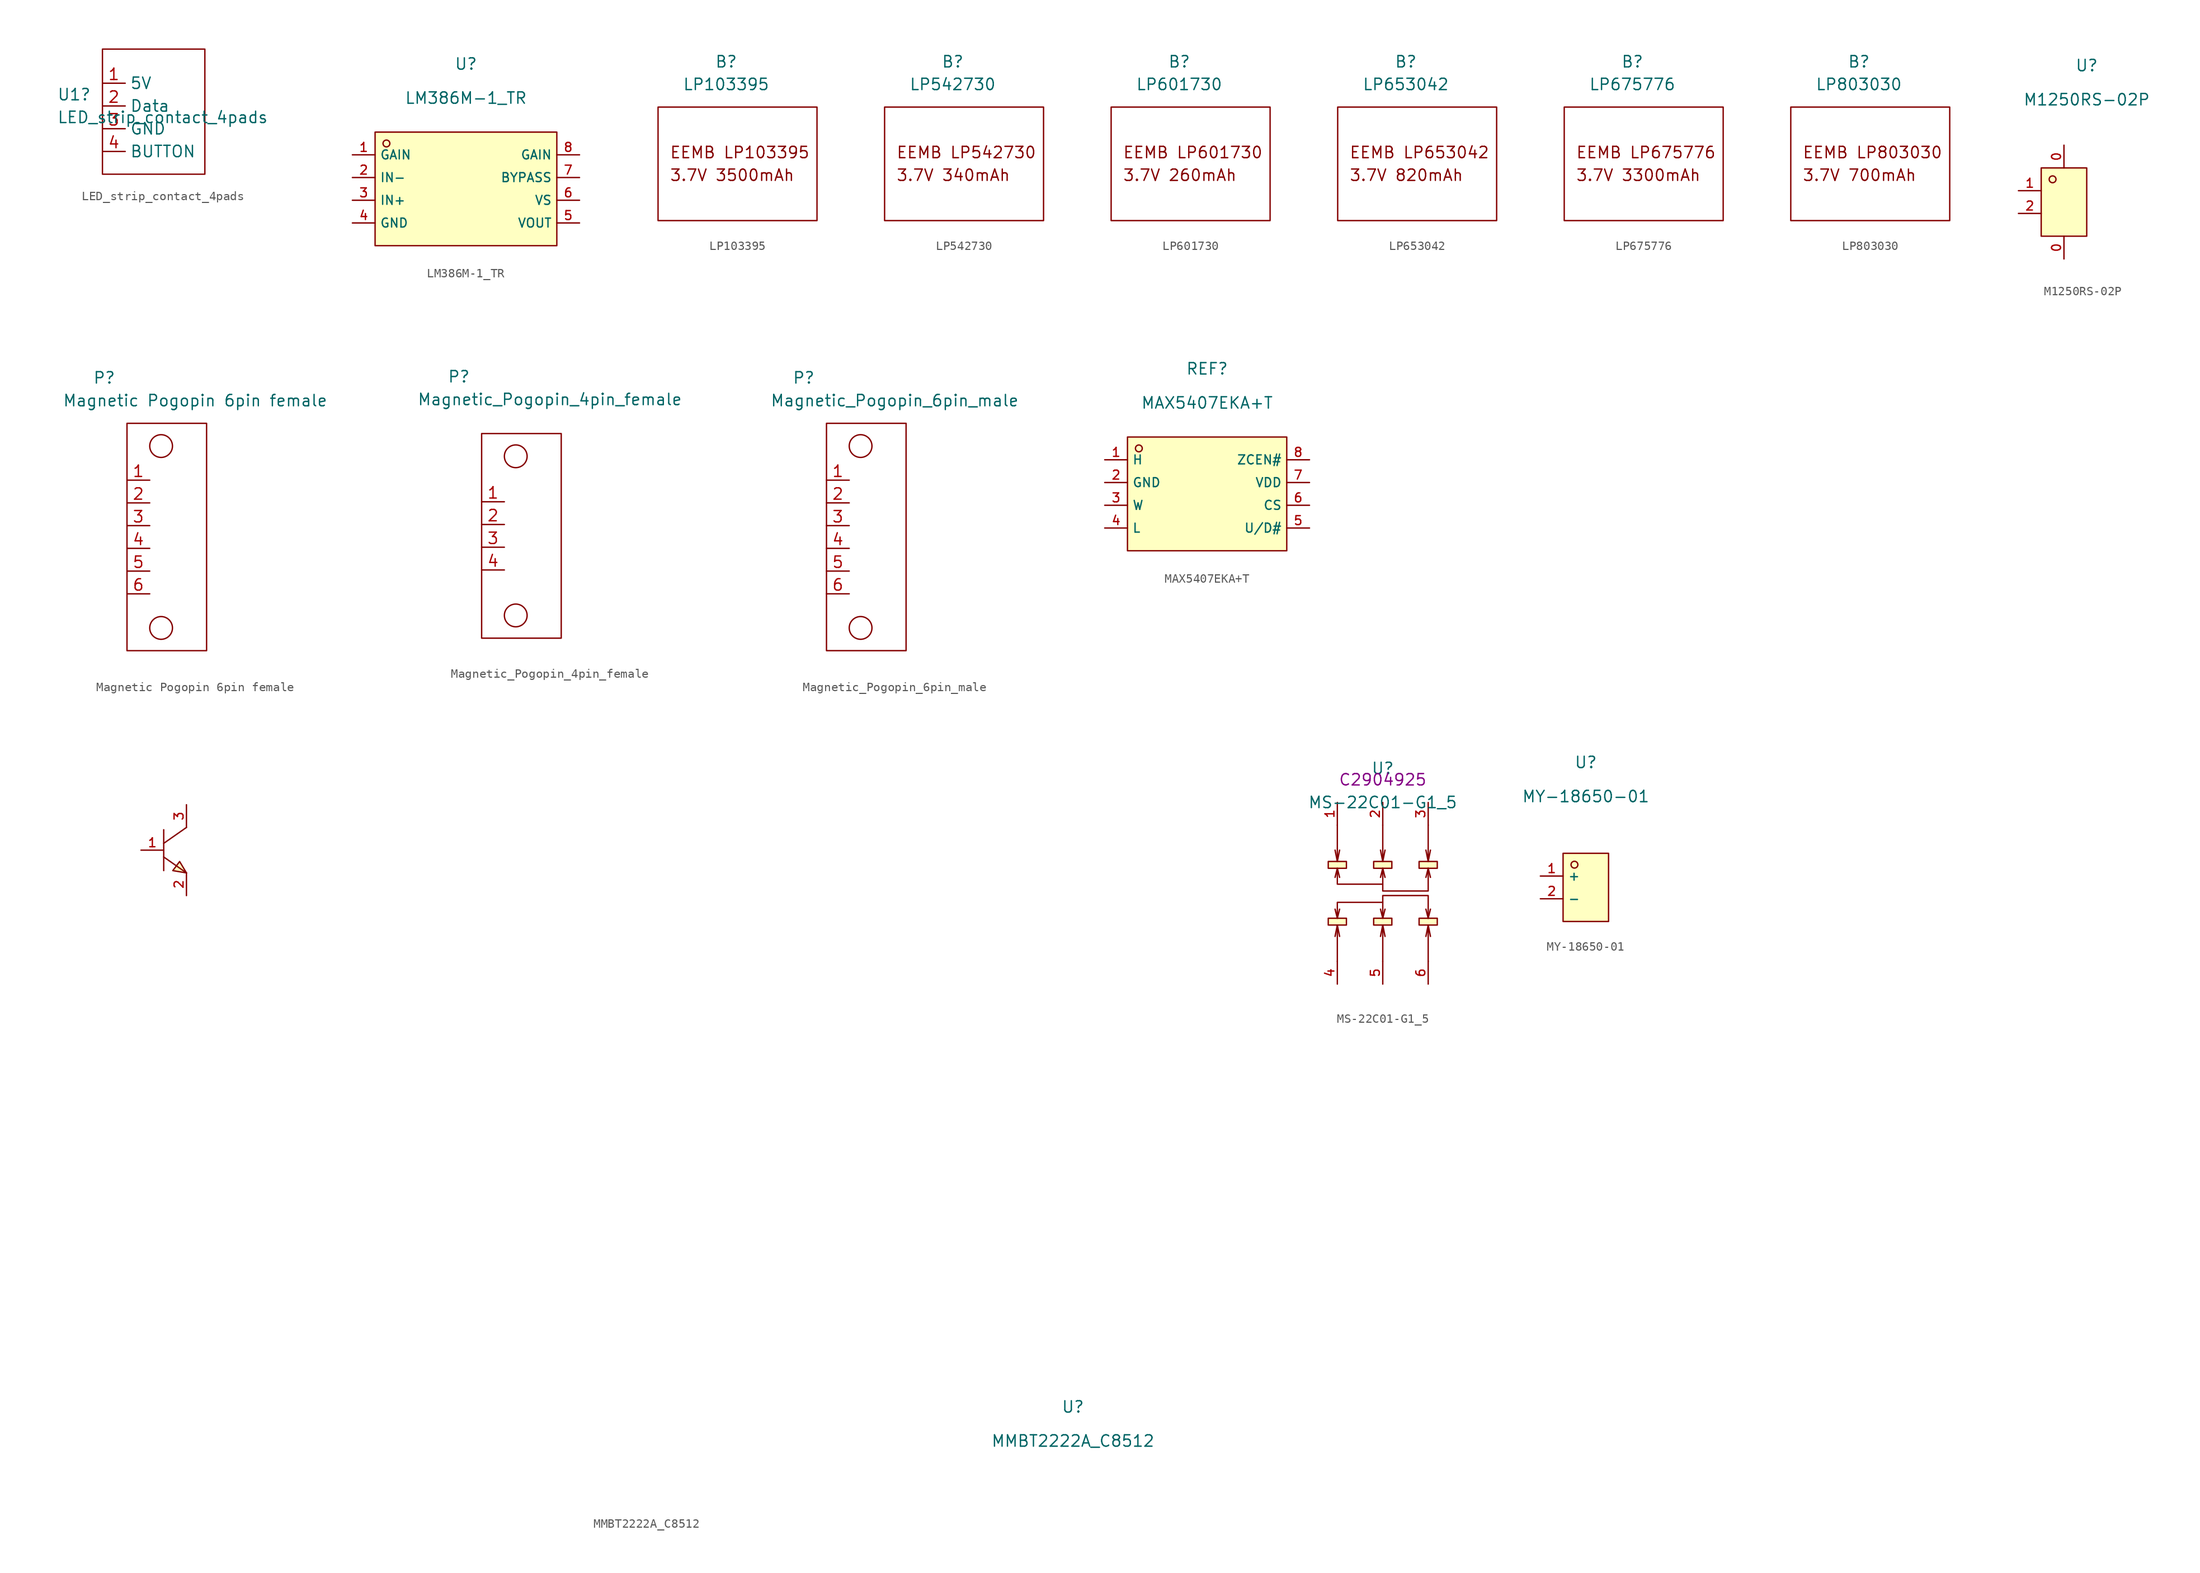
<source format=kicad_sym>
(kicad_symbol_lib
  (version 20220914)
  (generator kicad_symbol_editor)
  (symbol "LED_strip_contact_4pads"
    (property "Reference" "U1"
      (at -8.89 -1.27 0)
      (effects (font (size 1.27 1.27)) (justify left)))
    (property "Value" "LED_strip_contact_4pads"
      (at -8.89 -3.81 0)
      (effects (font (size 1.27 1.27)) (justify left)))
    (symbol "LED_strip_contact_4pads_0_1"
      (rectangle (start -3.81 3.81) (end 7.62 -10.16) (stroke (width 0.152) (type default)) (fill (type none))))
    (symbol "LED_strip_contact_4pads_1_1"
      (pin bidirectional line (at -3.81 0 0) (length 2.54) (name "5V" (effects (font (size 1.27 1.27)))) (number "1" (effects (font (size 1.27 1.27)))))
      (pin bidirectional line (at -3.81 -2.54 0) (length 2.54) (name "Data" (effects (font (size 1.27 1.27)))) (number "2" (effects (font (size 1.27 1.27)))))
      (pin bidirectional line (at -3.81 -5.08 0) (length 2.54) (name "GND" (effects (font (size 1.27 1.27)))) (number "3" (effects (font (size 1.27 1.27)))))
      (pin bidirectional line (at -3.81 -7.62 0) (length 2.54) (name "BUTTON" (effects (font (size 1.27 1.27)))) (number "4" (effects (font (size 1.27 1.27)))))))
  (symbol "LM386M-1_TR"
    (property "Reference" "U"
      (at 0 1.27 0)
      (effects (font (size 1.27 1.27))))
    (property "Value" "LM386M-1_TR"
      (at 0 -2.54 0)
      (effects (font (size 1.27 1.27))))
    (symbol "LM386M-1_TR_0_0"
      (rectangle (start -10.16 -6.35) (end 10.16 -19.05) (stroke (width 0) (type default)) (fill (type background)))
      (circle (center -8.89 -7.62) (radius 0.381) (stroke (width 0) (type default)) (fill (type background)))
      (pin unspecified line (at -12.7 -8.89 0) (length 2.54) (name "GAIN" (effects (font (size 1 1)))) (number "1" (effects (font (size 1 1)))))
      (pin unspecified line (at -12.7 -11.43 0) (length 2.54) (name "IN-" (effects (font (size 1 1)))) (number "2" (effects (font (size 1 1)))))
      (pin unspecified line (at -12.7 -13.97 0) (length 2.54) (name "IN+" (effects (font (size 1 1)))) (number "3" (effects (font (size 1 1)))))
      (pin unspecified line (at -12.7 -16.51 0) (length 2.54) (name "GND" (effects (font (size 1 1)))) (number "4" (effects (font (size 1 1)))))
      (pin unspecified line (at 12.7 -16.51 180) (length 2.54) (name "VOUT" (effects (font (size 1 1)))) (number "5" (effects (font (size 1 1)))))
      (pin unspecified line (at 12.7 -13.97 180) (length 2.54) (name "VS" (effects (font (size 1 1)))) (number "6" (effects (font (size 1 1)))))
      (pin unspecified line (at 12.7 -11.43 180) (length 2.54) (name "BYPASS" (effects (font (size 1 1)))) (number "7" (effects (font (size 1 1)))))
      (pin unspecified line (at 12.7 -8.89 180) (length 2.54) (name "GAIN" (effects (font (size 1 1)))) (number "8" (effects (font (size 1 1)))))))
  (symbol "LP103395"
    (property "Reference" "B"
      (at 0 2.54 0)
      (effects (font (size 1.27 1.27))))
    (property "Value" "LP103395"
      (at 0 0 0)
      (effects (font (size 1.27 1.27))))
    (symbol "LP103395_0_0"
      (text "3.7V 3500mAh" (at -6.35 -10.16 0) (effects (font (size 1.27 1.27)) (justify left)))
      (text "EEMB LP103395" (at -6.35 -7.62 0) (effects (font (size 1.27 1.27)) (justify left))))
    (symbol "LP103395_0_1"
      (rectangle (start -7.62 -2.54) (end 10.16 -15.24) (stroke (width 0) (type default)) (fill (type none)))))
  (symbol "LP542730"
    (property "Reference" "B"
      (at 0 2.54 0)
      (effects (font (size 1.27 1.27))))
    (property "Value" "LP542730"
      (at 0 0 0)
      (effects (font (size 1.27 1.27))))
    (symbol "LP542730_0_0"
      (text "3.7V 340mAh" (at -6.35 -10.16 0) (effects (font (size 1.27 1.27)) (justify left)))
      (text "EEMB LP542730" (at -6.35 -7.62 0) (effects (font (size 1.27 1.27)) (justify left))))
    (symbol "LP542730_0_1"
      (rectangle (start -7.62 -2.54) (end 10.16 -15.24) (stroke (width 0) (type default)) (fill (type none)))))
  (symbol "LP601730"
    (property "Reference" "B"
      (at 0 2.54 0)
      (effects (font (size 1.27 1.27))))
    (property "Value" "LP601730"
      (at 0 0 0)
      (effects (font (size 1.27 1.27))))
    (symbol "LP601730_0_0"
      (text "3.7V 260mAh" (at -6.35 -10.16 0) (effects (font (size 1.27 1.27)) (justify left)))
      (text "EEMB LP601730" (at -6.35 -7.62 0) (effects (font (size 1.27 1.27)) (justify left))))
    (symbol "LP601730_0_1"
      (rectangle (start -7.62 -2.54) (end 10.16 -15.24) (stroke (width 0) (type default)) (fill (type none)))))
  (symbol "LP653042"
    (property "Reference" "B"
      (at 0 2.54 0)
      (effects (font (size 1.27 1.27))))
    (property "Value" "LP653042"
      (at 0 0 0)
      (effects (font (size 1.27 1.27))))
    (symbol "LP653042_0_0"
      (text "3.7V 820mAh" (at -6.35 -10.16 0) (effects (font (size 1.27 1.27)) (justify left)))
      (text "EEMB LP653042" (at -6.35 -7.62 0) (effects (font (size 1.27 1.27)) (justify left))))
    (symbol "LP653042_0_1"
      (rectangle (start -7.62 -2.54) (end 10.16 -15.24) (stroke (width 0) (type default)) (fill (type none)))))
  (symbol "LP675776"
    (property "Reference" "B"
      (at 0 2.54 0)
      (effects (font (size 1.27 1.27))))
    (property "Value" "LP675776"
      (at 0 0 0)
      (effects (font (size 1.27 1.27))))
    (symbol "LP675776_0_0"
      (text "3.7V 3300mAh" (at -6.35 -10.16 0) (effects (font (size 1.27 1.27)) (justify left)))
      (text "EEMB LP675776" (at -6.35 -7.62 0) (effects (font (size 1.27 1.27)) (justify left))))
    (symbol "LP675776_0_1"
      (rectangle (start -7.62 -2.54) (end 10.16 -15.24) (stroke (width 0) (type default)) (fill (type none)))))
  (symbol "LP803030"
    (property "Reference" "B"
      (at 0 2.54 0)
      (effects (font (size 1.27 1.27))))
    (property "Value" "LP803030"
      (at 0 0 0)
      (effects (font (size 1.27 1.27))))
    (symbol "LP803030_0_0"
      (text "3.7V 700mAh" (at -6.35 -10.16 0) (effects (font (size 1.27 1.27)) (justify left)))
      (text "EEMB LP803030" (at -6.35 -7.62 0) (effects (font (size 1.27 1.27)) (justify left))))
    (symbol "LP803030_0_1"
      (rectangle (start -7.62 -2.54) (end 10.16 -15.24) (stroke (width 0) (type default)) (fill (type none)))))
  (symbol "M1250RS-02P"
    (pin_names hide)
    (property "Reference" "U"
      (at 0 1.27 0)
      (effects (font (size 1.27 1.27))))
    (property "Value" "M1250RS-02P"
      (at 0 -2.54 0)
      (effects (font (size 1.27 1.27))))
    (symbol "M1250RS-02P_0_0"
      (rectangle (start -5.08 -10.16) (end 0 -17.78) (stroke (width 0) (type default)) (fill (type background)))
      (circle (center -3.81 -11.43) (radius 0.381) (stroke (width 0) (type default)) (fill (type background)))
      (pin unspecified line (at -2.54 -20.32 90) (length 2.54) (name "0" (effects (font (size 1 1)))) (number "0" (effects (font (size 1 1)))))
      (pin unspecified line (at -2.54 -7.62 270) (length 2.54) (name "0" (effects (font (size 1 1)))) (number "0" (effects (font (size 1 1)))))
      (pin unspecified line (at -7.62 -12.7 0) (length 2.54) (name "1" (effects (font (size 1 1)))) (number "1" (effects (font (size 1 1)))))
      (pin unspecified line (at -7.62 -15.24 0) (length 2.54) (name "2" (effects (font (size 1 1)))) (number "2" (effects (font (size 1 1)))))))
  (symbol "Magnetic Pogopin 6pin female"
    (property "Reference" "P"
      (at -5.08 3.81 0)
      (effects (font (size 1.27 1.27))))
    (property "Value" "Magnetic Pogopin 6pin female"
      (at 5.08 1.27 0)
      (effects (font (size 1.27 1.27))))
    (symbol "Magnetic Pogopin 6pin female_0_1"
      (rectangle (start -2.54 -1.27) (end 6.35 -26.67) (stroke (width 0) (type default)) (fill (type none)))
      (circle (center 1.27 -24.13) (radius 1.27) (stroke (width 0) (type default)) (fill (type none)))
      (circle (center 1.27 -3.81) (radius 1.27) (stroke (width 0) (type default)) (fill (type none))))
    (symbol "Magnetic Pogopin 6pin female_1_1"
      (pin bidirectional line (at -2.54 -7.62 0) (length 2.54) (name "" (effects (font (size 1.27 1.27)))) (number "1" (effects (font (size 1.27 1.27)))))
      (pin bidirectional line (at -2.54 -10.16 0) (length 2.54) (name "" (effects (font (size 1.27 1.27)))) (number "2" (effects (font (size 1.27 1.27)))))
      (pin bidirectional line (at -2.54 -12.7 0) (length 2.54) (name "" (effects (font (size 1.27 1.27)))) (number "3" (effects (font (size 1.27 1.27)))))
      (pin bidirectional line (at -2.54 -15.24 0) (length 2.54) (name "" (effects (font (size 1.27 1.27)))) (number "4" (effects (font (size 1.27 1.27)))))
      (pin bidirectional line (at -2.54 -17.78 0) (length 2.54) (name "" (effects (font (size 1.27 1.27)))) (number "5" (effects (font (size 1.27 1.27)))))
      (pin bidirectional line (at -2.54 -20.32 0) (length 2.54) (name "" (effects (font (size 1.27 1.27)))) (number "6" (effects (font (size 1.27 1.27)))))))
  (symbol "Magnetic_Pogopin_4pin_female"
    (property "Reference" "P"
      (at -5.08 3.81 0)
      (effects (font (size 1.27 1.27))))
    (property "Value" "Magnetic_Pogopin_4pin_female"
      (at 5.08 1.27 0)
      (effects (font (size 1.27 1.27))))
    (symbol "Magnetic_Pogopin_4pin_female_0_1"
      (rectangle (start -2.54 -2.54) (end 6.35 -25.4) (stroke (width 0) (type default)) (fill (type none)))
      (circle (center 1.27 -22.86) (radius 1.27) (stroke (width 0) (type default)) (fill (type none)))
      (circle (center 1.27 -5.08) (radius 1.27) (stroke (width 0) (type default)) (fill (type none))))
    (symbol "Magnetic_Pogopin_4pin_female_1_1"
      (pin bidirectional line (at -2.54 -10.16 0) (length 2.54) (name "" (effects (font (size 1.27 1.27)))) (number "1" (effects (font (size 1.27 1.27)))))
      (pin bidirectional line (at -2.54 -12.7 0) (length 2.54) (name "" (effects (font (size 1.27 1.27)))) (number "2" (effects (font (size 1.27 1.27)))))
      (pin bidirectional line (at -2.54 -15.24 0) (length 2.54) (name "" (effects (font (size 1.27 1.27)))) (number "3" (effects (font (size 1.27 1.27)))))
      (pin bidirectional line (at -2.54 -17.78 0) (length 2.54) (name "" (effects (font (size 1.27 1.27)))) (number "4" (effects (font (size 1.27 1.27)))))))
  (symbol "Magnetic_Pogopin_6pin_male"
    (property "Reference" "P"
      (at -5.08 3.81 0)
      (effects (font (size 1.27 1.27))))
    (property "Value" "Magnetic_Pogopin_6pin_male"
      (at 5.08 1.27 0)
      (effects (font (size 1.27 1.27))))
    (symbol "Magnetic_Pogopin_6pin_male_0_1"
      (rectangle (start -2.54 -1.27) (end 6.35 -26.67) (stroke (width 0) (type default)) (fill (type none)))
      (circle (center 1.27 -24.13) (radius 1.27) (stroke (width 0) (type default)) (fill (type none)))
      (circle (center 1.27 -3.81) (radius 1.27) (stroke (width 0) (type default)) (fill (type none))))
    (symbol "Magnetic_Pogopin_6pin_male_1_1"
      (pin bidirectional line (at -2.54 -7.62 0) (length 2.54) (name "" (effects (font (size 1.27 1.27)))) (number "1" (effects (font (size 1.27 1.27)))))
      (pin bidirectional line (at -2.54 -10.16 0) (length 2.54) (name "" (effects (font (size 1.27 1.27)))) (number "2" (effects (font (size 1.27 1.27)))))
      (pin bidirectional line (at -2.54 -12.7 0) (length 2.54) (name "" (effects (font (size 1.27 1.27)))) (number "3" (effects (font (size 1.27 1.27)))))
      (pin bidirectional line (at -2.54 -15.24 0) (length 2.54) (name "" (effects (font (size 1.27 1.27)))) (number "4" (effects (font (size 1.27 1.27)))))
      (pin bidirectional line (at -2.54 -17.78 0) (length 2.54) (name "" (effects (font (size 1.27 1.27)))) (number "5" (effects (font (size 1.27 1.27)))))
      (pin bidirectional line (at -2.54 -20.32 0) (length 2.54) (name "" (effects (font (size 1.27 1.27)))) (number "6" (effects (font (size 1.27 1.27)))))))
  (symbol "MAX5407EKA+T"
    (property "Reference" "REF"
      (at 0 1.27 0)
      (effects (font (size 1.27 1.27))))
    (property "Value" "MAX5407EKA+T"
      (at 0 -2.54 0)
      (effects (font (size 1.27 1.27))))
    (symbol "MAX5407EKA+T_0_0"
      (rectangle (start -8.89 -6.35) (end 8.89 -19.05) (stroke (width 0) (type default)) (fill (type background)))
      (circle (center -7.62 -7.62) (radius 0.381) (stroke (width 0) (type default)) (fill (type background)))
      (pin unspecified line (at -11.43 -8.89 0) (length 2.54) (name "H" (effects (font (size 1 1)))) (number "1" (effects (font (size 1 1)))))
      (pin unspecified line (at -11.43 -11.43 0) (length 2.54) (name "GND" (effects (font (size 1 1)))) (number "2" (effects (font (size 1 1)))))
      (pin unspecified line (at -11.43 -13.97 0) (length 2.54) (name "W" (effects (font (size 1 1)))) (number "3" (effects (font (size 1 1)))))
      (pin unspecified line (at -11.43 -16.51 0) (length 2.54) (name "L" (effects (font (size 1 1)))) (number "4" (effects (font (size 1 1)))))
      (pin unspecified line (at 11.43 -16.51 180) (length 2.54) (name "U/D#" (effects (font (size 1 1)))) (number "5" (effects (font (size 1 1)))))
      (pin unspecified line (at 11.43 -13.97 180) (length 2.54) (name "CS" (effects (font (size 1 1)))) (number "6" (effects (font (size 1 1)))))
      (pin unspecified line (at 11.43 -11.43 180) (length 2.54) (name "VDD" (effects (font (size 1 1)))) (number "7" (effects (font (size 1 1)))))
      (pin unspecified line (at 11.43 -8.89 180) (length 2.54) (name "ZCEN#" (effects (font (size 1 1)))) (number "8" (effects (font (size 1 1)))))))
  (symbol "MMBT2222A_C8512"
    (pin_names hide)
    (property "Reference" "U"
      (at 0 1.27 0)
      (effects (font (size 1.27 1.27))))
    (property "Value" "MMBT2222A_C8512"
      (at 0 -2.54 0)
      (effects (font (size 1.27 1.27))))
    (symbol "MMBT2222A_C8512_0_0"
      (polyline (pts (xy -101.6 62.738) (xy -99.06 60.96)) (stroke (width 0) (type default)) (fill (type none)))
      (polyline (pts (xy -101.6 65.786) (xy -101.6 61.214)) (stroke (width 0) (type default)) (fill (type none)))
      (polyline (pts (xy -99.06 66.04) (xy -101.6 64.262)) (stroke (width 0) (type default)) (fill (type none)))
      (polyline (pts (xy -99.06 60.96) (xy -99.822 62.23) (xy -100.584 61.214) (xy -99.06 60.96)) (stroke (width 0) (type default)) (fill (type background)))
      (pin unspecified line (at -104.14 63.5 0) (length 2.54) (name "B" (effects (font (size 1 1)))) (number "1" (effects (font (size 1 1)))))
      (pin unspecified line (at -99.06 58.42 90) (length 2.54) (name "E" (effects (font (size 1 1)))) (number "2" (effects (font (size 1 1)))))
      (pin unspecified line (at -99.06 68.58 270) (length 2.54) (name "C" (effects (font (size 1 1)))) (number "3" (effects (font (size 1 1)))))))
  (symbol "MS-22C01-G1_5"
    (pin_names hide)
    (property "Reference" "U"
      (at 0 1.27 0)
      (effects (font (size 1.27 1.27))))
    (property "Value" "MS-22C01-G1_5"
      (at 0 -2.54 0)
      (effects (font (size 1.27 1.27))))
    (property "LCSC" "C2904925"
      (at 0 0 0)
      (effects (font (size 1.27 1.27))))
    (symbol "MS-22C01-G1_5_0_0"
      (rectangle (start -6.096 -15.494) (end -4.064 -16.256) (stroke (width 0) (type default)) (fill (type background)))
      (rectangle (start -6.096 -9.144) (end -4.064 -9.906) (stroke (width 0) (type default)) (fill (type background)))
      (rectangle (start -1.016 -15.494) (end 1.016 -16.256) (stroke (width 0) (type default)) (fill (type background)))
      (rectangle (start -1.016 -9.144) (end 1.016 -9.906) (stroke (width 0) (type default)) (fill (type background)))
      (polyline (pts (xy -5.08 -16.256) (xy -5.334 -17.526)) (stroke (width 0) (type default)) (fill (type none)))
      (polyline (pts (xy -5.08 -15.494) (xy -4.826 -14.478)) (stroke (width 0) (type default)) (fill (type none)))
      (polyline (pts (xy -5.08 -9.906) (xy -4.826 -10.922)) (stroke (width 0) (type default)) (fill (type none)))
      (polyline (pts (xy -5.08 -9.144) (xy -5.334 -7.874)) (stroke (width 0) (type default)) (fill (type none)))
      (polyline (pts (xy 0 -16.256) (xy -0.254 -17.526)) (stroke (width 0) (type default)) (fill (type none)))
      (polyline (pts (xy 0 -9.144) (xy -0.254 -7.874)) (stroke (width 0) (type default)) (fill (type none)))
      (polyline (pts (xy 0.254 -14.478) (xy 0 -15.494)) (stroke (width 0) (type default)) (fill (type none)))
      (polyline (pts (xy 0.254 -10.922) (xy 0 -9.906)) (stroke (width 0) (type default)) (fill (type none)))
      (polyline (pts (xy 5.08 -16.256) (xy 4.826 -17.526)) (stroke (width 0) (type default)) (fill (type none)))
      (polyline (pts (xy 5.08 -15.494) (xy 4.826 -14.478)) (stroke (width 0) (type default)) (fill (type none)))
      (polyline (pts (xy 5.08 -15.494) (xy 5.334 -14.478)) (stroke (width 0) (type default)) (fill (type none)))
      (polyline (pts (xy 5.08 -9.906) (xy 4.826 -10.922)) (stroke (width 0) (type default)) (fill (type none)))
      (polyline (pts (xy 5.08 -9.906) (xy 5.334 -10.922)) (stroke (width 0) (type default)) (fill (type none)))
      (polyline (pts (xy 5.08 -9.144) (xy 4.826 -7.874)) (stroke (width 0) (type default)) (fill (type none)))
      (polyline (pts (xy -5.08 -20.32) (xy -5.08 -16.256) (xy -4.826 -17.526)) (stroke (width 0) (type default)) (fill (type none)))
      (polyline (pts (xy -5.08 -5.08) (xy -5.08 -9.144) (xy -4.826 -7.874)) (stroke (width 0) (type default)) (fill (type none)))
      (polyline (pts (xy 0 -20.32) (xy 0 -16.256) (xy 0.254 -17.526)) (stroke (width 0) (type default)) (fill (type none)))
      (polyline (pts (xy 0 -5.08) (xy 0 -9.144) (xy 0.254 -7.874)) (stroke (width 0) (type default)) (fill (type none)))
      (polyline (pts (xy 5.08 -20.32) (xy 5.08 -16.256) (xy 5.334 -17.526)) (stroke (width 0) (type default)) (fill (type none)))
      (polyline (pts (xy 5.08 -5.08) (xy 5.08 -9.144) (xy 5.334 -7.874)) (stroke (width 0) (type default)) (fill (type none)))
      (polyline (pts (xy 0 -13.716) (xy -5.08 -13.716) (xy -5.08 -15.24) (xy -5.08 -15.494) (xy -5.334 -14.478)) (stroke (width 0) (type default)) (fill (type none)))
      (polyline (pts (xy 0 -11.684) (xy -5.08 -11.684) (xy -5.08 -10.16) (xy -5.08 -9.906) (xy -5.334 -10.922)) (stroke (width 0) (type default)) (fill (type none)))
      (polyline (pts (xy 5.08 -15.494) (xy 5.08 -12.954) (xy 0 -12.954) (xy 0 -15.494) (xy -0.254 -14.478)) (stroke (width 0) (type default)) (fill (type none)))
      (polyline (pts (xy 5.08 -9.906) (xy 5.08 -12.446) (xy 0 -12.446) (xy 0 -9.906) (xy -0.254 -10.922)) (stroke (width 0) (type default)) (fill (type none)))
      (rectangle (start 4.064 -15.494) (end 6.096 -16.256) (stroke (width 0) (type default)) (fill (type background)))
      (rectangle (start 4.064 -9.144) (end 6.096 -9.906) (stroke (width 0) (type default)) (fill (type background)))
      (pin unspecified line (at -5.08 -2.54 270) (length 2.54) (name "1" (effects (font (size 1 1)))) (number "1" (effects (font (size 1 1)))))
      (pin unspecified line (at 0 -2.54 270) (length 2.54) (name "2" (effects (font (size 1 1)))) (number "2" (effects (font (size 1 1)))))
      (pin unspecified line (at 5.08 -2.54 270) (length 2.54) (name "3" (effects (font (size 1 1)))) (number "3" (effects (font (size 1 1)))))
      (pin unspecified line (at -5.08 -22.86 90) (length 2.54) (name "4" (effects (font (size 1 1)))) (number "4" (effects (font (size 1 1)))))
      (pin unspecified line (at 0 -22.86 90) (length 2.54) (name "5" (effects (font (size 1 1)))) (number "5" (effects (font (size 1 1)))))
      (pin unspecified line (at 5.08 -22.86 90) (length 2.54) (name "6" (effects (font (size 1 1)))) (number "6" (effects (font (size 1 1)))))))
  (symbol "MY-18650-01"
    (property "Reference" "U"
      (at 0 1.27 0)
      (effects (font (size 1.27 1.27))))
    (property "Value" "MY-18650-01"
      (at 0 -2.54 0)
      (effects (font (size 1.27 1.27))))
    (symbol "MY-18650-01_0_0"
      (rectangle (start -2.54 -8.89) (end 2.54 -16.51) (stroke (width 0) (type default)) (fill (type background)))
      (circle (center -1.27 -10.16) (radius 0.381) (stroke (width 0) (type default)) (fill (type background)))
      (pin unspecified line (at -5.08 -11.43 0) (length 2.54) (name "+" (effects (font (size 1 1)))) (number "1" (effects (font (size 1 1)))))
      (pin unspecified line (at -5.08 -13.97 0) (length 2.54) (name "-" (effects (font (size 1 1)))) (number "2" (effects (font (size 1 1))))))))
</source>
